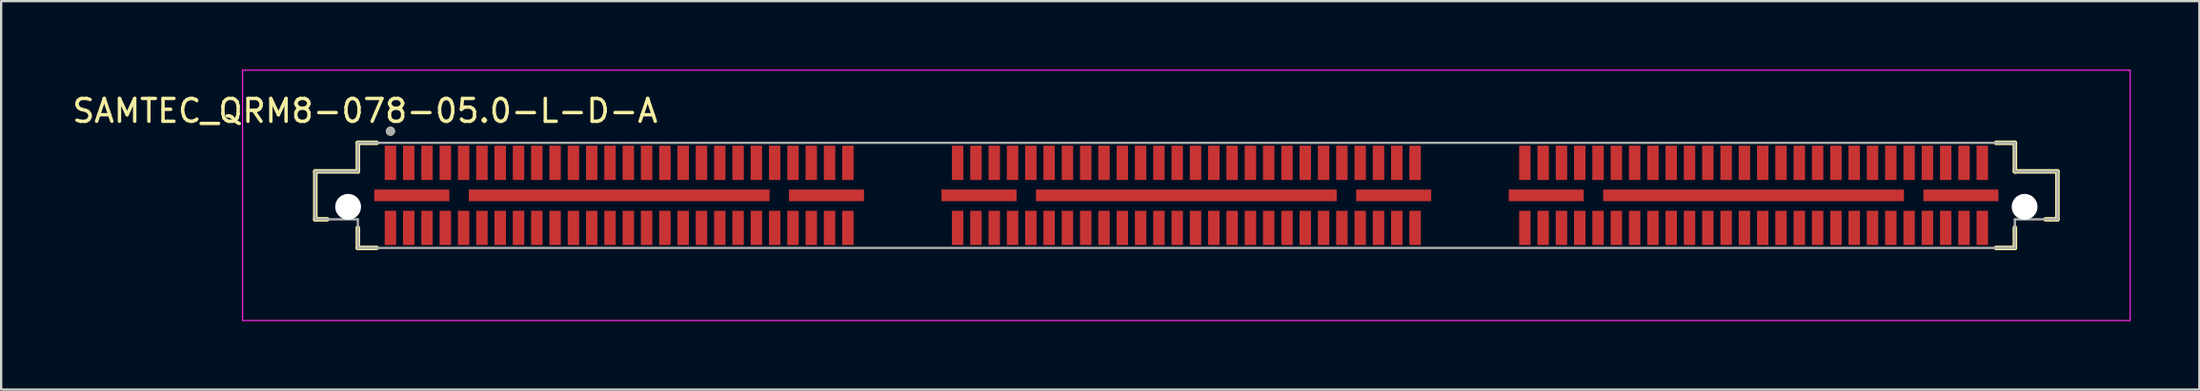
<source format=kicad_pcb>
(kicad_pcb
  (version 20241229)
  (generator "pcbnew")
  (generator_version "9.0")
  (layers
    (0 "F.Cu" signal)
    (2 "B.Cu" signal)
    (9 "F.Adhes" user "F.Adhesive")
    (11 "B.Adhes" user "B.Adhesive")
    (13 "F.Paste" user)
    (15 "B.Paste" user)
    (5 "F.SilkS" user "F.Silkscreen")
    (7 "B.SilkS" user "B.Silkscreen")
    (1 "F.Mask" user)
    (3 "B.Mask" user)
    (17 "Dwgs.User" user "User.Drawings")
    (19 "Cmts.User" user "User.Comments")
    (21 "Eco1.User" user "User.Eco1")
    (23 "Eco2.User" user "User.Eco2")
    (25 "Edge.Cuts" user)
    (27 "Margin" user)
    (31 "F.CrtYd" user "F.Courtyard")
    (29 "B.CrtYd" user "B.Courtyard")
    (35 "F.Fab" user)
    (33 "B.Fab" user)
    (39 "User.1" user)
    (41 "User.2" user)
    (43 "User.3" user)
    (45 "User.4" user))
  (footprint "SAMTEC_QRM8-078-05.0-L-D-A"
    (layer "F.Cu")
    (at 48.821 5.505)
    (property "Reference" "SAMTEC_QRM8-078-05.0-L-D-A" (at -35.91 -3.7 0) (layer "F.SilkS") (effects (font (size 1 1) (thickness 0.15))))
    (attr smd)
    (fp_line (start -38.085 -1.05) (end -36.225 -1.05) (stroke (width 0.2) (type solid)) (layer "F.SilkS"))
    (fp_line (start -38.085 1.05) (end -38.085 -1.05) (stroke (width 0.2) (type solid)) (layer "F.SilkS"))
    (fp_line (start -37.565 1.05) (end -38.085 1.05) (stroke (width 0.2) (type solid)) (layer "F.SilkS"))
    (fp_line (start -36.225 -2.3) (end -36.225 -1.05) (stroke (width 0.2) (type solid)) (layer "F.SilkS"))
    (fp_line (start -36.225 -2.3) (end -35.4 -2.3) (stroke (width 0.2) (type solid)) (layer "F.SilkS"))
    (fp_line (start -36.225 2.3) (end -36.225 1.415) (stroke (width 0.2) (type solid)) (layer "F.SilkS"))
    (fp_line (start -36.225 2.3) (end -35.4 2.3) (stroke (width 0.2) (type solid)) (layer "F.SilkS"))
    (fp_line (start 36.225 -2.3) (end 35.4 -2.3) (stroke (width 0.2) (type solid)) (layer "F.SilkS"))
    (fp_line (start 36.225 -2.3) (end 36.225 -1.05) (stroke (width 0.2) (type solid)) (layer "F.SilkS"))
    (fp_line (start 36.225 2.3) (end 35.4 2.3) (stroke (width 0.2) (type solid)) (layer "F.SilkS"))
    (fp_line (start 36.225 2.3) (end 36.225 1.415) (stroke (width 0.2) (type solid)) (layer "F.SilkS"))
    (fp_line (start 37.565 1.05) (end 38.085 1.05) (stroke (width 0.2) (type solid)) (layer "F.SilkS"))
    (fp_line (start 38.085 -1.05) (end 36.225 -1.05) (stroke (width 0.2) (type solid)) (layer "F.SilkS"))
    (fp_line (start 38.085 1.05) (end 38.085 -1.05) (stroke (width 0.2) (type solid)) (layer "F.SilkS"))
    (fp_circle (center -34.8 -2.81) (end -34.7 -2.81) (stroke (width 0.2) (type solid)) (fill no) (layer "F.SilkS"))
    (fp_line (start -41.265 -5.48) (end 41.265 -5.48) (stroke (width 0.05) (type solid)) (layer "F.CrtYd"))
    (fp_line (start -41.265 5.48) (end -41.265 -5.48) (stroke (width 0.05) (type solid)) (layer "F.CrtYd"))
    (fp_line (start 41.265 -5.48) (end 41.265 5.48) (stroke (width 0.05) (type solid)) (layer "F.CrtYd"))
    (fp_line (start 41.265 5.48) (end -41.265 5.48) (stroke (width 0.05) (type solid)) (layer "F.CrtYd"))
    (fp_line (start -38.085 -1.05) (end -36.225 -1.05) (stroke (width 0.1) (type solid)) (layer "F.Fab"))
    (fp_line (start -38.085 1.05) (end -38.085 -1.05) (stroke (width 0.1) (type solid)) (layer "F.Fab"))
    (fp_line (start -38.085 1.05) (end -36.225 1.05) (stroke (width 0.1) (type solid)) (layer "F.Fab"))
    (fp_line (start -36.225 -2.3) (end -36.225 -1.05) (stroke (width 0.1) (type solid)) (layer "F.Fab"))
    (fp_line (start -36.225 -2.3) (end 36.225 -2.3) (stroke (width 0.1) (type solid)) (layer "F.Fab"))
    (fp_line (start -36.225 2.3) (end -36.225 1.05) (stroke (width 0.1) (type solid)) (layer "F.Fab"))
    (fp_line (start -36.225 2.3) (end 36.225 2.3) (stroke (width 0.1) (type solid)) (layer "F.Fab"))
    (fp_line (start 36.225 -2.3) (end 36.225 -1.05) (stroke (width 0.1) (type solid)) (layer "F.Fab"))
    (fp_line (start 36.225 2.3) (end 36.225 1.05) (stroke (width 0.1) (type solid)) (layer "F.Fab"))
    (fp_line (start 38.085 -1.05) (end 36.225 -1.05) (stroke (width 0.1) (type solid)) (layer "F.Fab"))
    (fp_line (start 38.085 1.05) (end 36.225 1.05) (stroke (width 0.1) (type solid)) (layer "F.Fab"))
    (fp_line (start 38.085 1.05) (end 38.085 -1.05) (stroke (width 0.1) (type solid)) (layer "F.Fab"))
    (fp_circle (center -34.8 -2.81) (end -34.7 -2.81) (stroke (width 0.2) (type solid)) (fill no) (layer "F.Fab"))
    (pad "" np_thru_hole circle (at -36.65 0.5) (size 1.13 1.13) (drill 1.13) (layers "*.Cu" "*.Mask"))
    (pad "" np_thru_hole circle (at 36.65 0.5) (size 1.13 1.13) (drill 1.13) (layers "*.Cu" "*.Mask"))
    (pad "01" smd rect (at -34.8 -1.425) (size 0.5 1.5) (layers "F.Cu" "F.Mask" "F.Paste"))
    (pad "02" smd rect (at -34.8 1.425) (size 0.5 1.5) (layers "F.Cu" "F.Mask" "F.Paste"))
    (pad "03" smd rect (at -34 -1.425) (size 0.5 1.5) (layers "F.Cu" "F.Mask" "F.Paste"))
    (pad "04" smd rect (at -34 1.425) (size 0.5 1.5) (layers "F.Cu" "F.Mask" "F.Paste"))
    (pad "05" smd rect (at -33.2 -1.425) (size 0.5 1.5) (layers "F.Cu" "F.Mask" "F.Paste"))
    (pad "06" smd rect (at -33.2 1.425) (size 0.5 1.5) (layers "F.Cu" "F.Mask" "F.Paste"))
    (pad "07" smd rect (at -32.4 -1.425) (size 0.5 1.5) (layers "F.Cu" "F.Mask" "F.Paste"))
    (pad "08" smd rect (at -32.4 1.425) (size 0.5 1.5) (layers "F.Cu" "F.Mask" "F.Paste"))
    (pad "09" smd rect (at -31.6 -1.425) (size 0.5 1.5) (layers "F.Cu" "F.Mask" "F.Paste"))
    (pad "10" smd rect (at -31.6 1.425) (size 0.5 1.5) (layers "F.Cu" "F.Mask" "F.Paste"))
    (pad "11" smd rect (at -30.8 -1.425) (size 0.5 1.5) (layers "F.Cu" "F.Mask" "F.Paste"))
    (pad "12" smd rect (at -30.8 1.425) (size 0.5 1.5) (layers "F.Cu" "F.Mask" "F.Paste"))
    (pad "13" smd rect (at -30 -1.425) (size 0.5 1.5) (layers "F.Cu" "F.Mask" "F.Paste"))
    (pad "14" smd rect (at -30 1.425) (size 0.5 1.5) (layers "F.Cu" "F.Mask" "F.Paste"))
    (pad "15" smd rect (at -29.2 -1.425) (size 0.5 1.5) (layers "F.Cu" "F.Mask" "F.Paste"))
    (pad "16" smd rect (at -29.2 1.425) (size 0.5 1.5) (layers "F.Cu" "F.Mask" "F.Paste"))
    (pad "17" smd rect (at -28.4 -1.425) (size 0.5 1.5) (layers "F.Cu" "F.Mask" "F.Paste"))
    (pad "18" smd rect (at -28.4 1.425) (size 0.5 1.5) (layers "F.Cu" "F.Mask" "F.Paste"))
    (pad "19" smd rect (at -27.6 -1.425) (size 0.5 1.5) (layers "F.Cu" "F.Mask" "F.Paste"))
    (pad "20" smd rect (at -27.6 1.425) (size 0.5 1.5) (layers "F.Cu" "F.Mask" "F.Paste"))
    (pad "21" smd rect (at -26.8 -1.425) (size 0.5 1.5) (layers "F.Cu" "F.Mask" "F.Paste"))
    (pad "22" smd rect (at -26.8 1.425) (size 0.5 1.5) (layers "F.Cu" "F.Mask" "F.Paste"))
    (pad "23" smd rect (at -26 -1.425) (size 0.5 1.5) (layers "F.Cu" "F.Mask" "F.Paste"))
    (pad "24" smd rect (at -26 1.425) (size 0.5 1.5) (layers "F.Cu" "F.Mask" "F.Paste"))
    (pad "25" smd rect (at -25.2 -1.425) (size 0.5 1.5) (layers "F.Cu" "F.Mask" "F.Paste"))
    (pad "26" smd rect (at -25.2 1.425) (size 0.5 1.5) (layers "F.Cu" "F.Mask" "F.Paste"))
    (pad "27" smd rect (at -24.4 -1.425) (size 0.5 1.5) (layers "F.Cu" "F.Mask" "F.Paste"))
    (pad "28" smd rect (at -24.4 1.425) (size 0.5 1.5) (layers "F.Cu" "F.Mask" "F.Paste"))
    (pad "29" smd rect (at -23.6 -1.425) (size 0.5 1.5) (layers "F.Cu" "F.Mask" "F.Paste"))
    (pad "30" smd rect (at -23.6 1.425) (size 0.5 1.5) (layers "F.Cu" "F.Mask" "F.Paste"))
    (pad "31" smd rect (at -22.8 -1.425) (size 0.5 1.5) (layers "F.Cu" "F.Mask" "F.Paste"))
    (pad "32" smd rect (at -22.8 1.425) (size 0.5 1.5) (layers "F.Cu" "F.Mask" "F.Paste"))
    (pad "33" smd rect (at -22 -1.425) (size 0.5 1.5) (layers "F.Cu" "F.Mask" "F.Paste"))
    (pad "34" smd rect (at -22 1.425) (size 0.5 1.5) (layers "F.Cu" "F.Mask" "F.Paste"))
    (pad "35" smd rect (at -21.2 -1.425) (size 0.5 1.5) (layers "F.Cu" "F.Mask" "F.Paste"))
    (pad "36" smd rect (at -21.2 1.425) (size 0.5 1.5) (layers "F.Cu" "F.Mask" "F.Paste"))
    (pad "37" smd rect (at -20.4 -1.425) (size 0.5 1.5) (layers "F.Cu" "F.Mask" "F.Paste"))
    (pad "38" smd rect (at -20.4 1.425) (size 0.5 1.5) (layers "F.Cu" "F.Mask" "F.Paste"))
    (pad "39" smd rect (at -19.6 -1.425) (size 0.5 1.5) (layers "F.Cu" "F.Mask" "F.Paste"))
    (pad "40" smd rect (at -19.6 1.425) (size 0.5 1.5) (layers "F.Cu" "F.Mask" "F.Paste"))
    (pad "41" smd rect (at -18.8 -1.425) (size 0.5 1.5) (layers "F.Cu" "F.Mask" "F.Paste"))
    (pad "42" smd rect (at -18.8 1.425) (size 0.5 1.5) (layers "F.Cu" "F.Mask" "F.Paste"))
    (pad "43" smd rect (at -18 -1.425) (size 0.5 1.5) (layers "F.Cu" "F.Mask" "F.Paste"))
    (pad "44" smd rect (at -18 1.425) (size 0.5 1.5) (layers "F.Cu" "F.Mask" "F.Paste"))
    (pad "45" smd rect (at -17.2 -1.425) (size 0.5 1.5) (layers "F.Cu" "F.Mask" "F.Paste"))
    (pad "46" smd rect (at -17.2 1.425) (size 0.5 1.5) (layers "F.Cu" "F.Mask" "F.Paste"))
    (pad "47" smd rect (at -16.4 -1.425) (size 0.5 1.5) (layers "F.Cu" "F.Mask" "F.Paste"))
    (pad "48" smd rect (at -16.4 1.425) (size 0.5 1.5) (layers "F.Cu" "F.Mask" "F.Paste"))
    (pad "49" smd rect (at -15.6 -1.425) (size 0.5 1.5) (layers "F.Cu" "F.Mask" "F.Paste"))
    (pad "50" smd rect (at -15.6 1.425) (size 0.5 1.5) (layers "F.Cu" "F.Mask" "F.Paste"))
    (pad "51" smd rect (at -14.8 -1.425) (size 0.5 1.5) (layers "F.Cu" "F.Mask" "F.Paste"))
    (pad "52" smd rect (at -14.8 1.425) (size 0.5 1.5) (layers "F.Cu" "F.Mask" "F.Paste"))
    (pad "53" smd rect (at -10 -1.425) (size 0.5 1.5) (layers "F.Cu" "F.Mask" "F.Paste"))
    (pad "54" smd rect (at -10 1.425) (size 0.5 1.5) (layers "F.Cu" "F.Mask" "F.Paste"))
    (pad "55" smd rect (at -9.2 -1.425) (size 0.5 1.5) (layers "F.Cu" "F.Mask" "F.Paste"))
    (pad "56" smd rect (at -9.2 1.425) (size 0.5 1.5) (layers "F.Cu" "F.Mask" "F.Paste"))
    (pad "57" smd rect (at -8.4 -1.425) (size 0.5 1.5) (layers "F.Cu" "F.Mask" "F.Paste"))
    (pad "58" smd rect (at -8.4 1.425) (size 0.5 1.5) (layers "F.Cu" "F.Mask" "F.Paste"))
    (pad "59" smd rect (at -7.6 -1.425) (size 0.5 1.5) (layers "F.Cu" "F.Mask" "F.Paste"))
    (pad "60" smd rect (at -7.6 1.425) (size 0.5 1.5) (layers "F.Cu" "F.Mask" "F.Paste"))
    (pad "61" smd rect (at -6.8 -1.425) (size 0.5 1.5) (layers "F.Cu" "F.Mask" "F.Paste"))
    (pad "62" smd rect (at -6.8 1.425) (size 0.5 1.5) (layers "F.Cu" "F.Mask" "F.Paste"))
    (pad "63" smd rect (at -6 -1.425) (size 0.5 1.5) (layers "F.Cu" "F.Mask" "F.Paste"))
    (pad "64" smd rect (at -6 1.425) (size 0.5 1.5) (layers "F.Cu" "F.Mask" "F.Paste"))
    (pad "65" smd rect (at -5.2 -1.425) (size 0.5 1.5) (layers "F.Cu" "F.Mask" "F.Paste"))
    (pad "66" smd rect (at -5.2 1.425) (size 0.5 1.5) (layers "F.Cu" "F.Mask" "F.Paste"))
    (pad "67" smd rect (at -4.4 -1.425) (size 0.5 1.5) (layers "F.Cu" "F.Mask" "F.Paste"))
    (pad "68" smd rect (at -4.4 1.425) (size 0.5 1.5) (layers "F.Cu" "F.Mask" "F.Paste"))
    (pad "69" smd rect (at -3.6 -1.425) (size 0.5 1.5) (layers "F.Cu" "F.Mask" "F.Paste"))
    (pad "70" smd rect (at -3.6 1.425) (size 0.5 1.5) (layers "F.Cu" "F.Mask" "F.Paste"))
    (pad "71" smd rect (at -2.8 -1.425) (size 0.5 1.5) (layers "F.Cu" "F.Mask" "F.Paste"))
    (pad "72" smd rect (at -2.8 1.425) (size 0.5 1.5) (layers "F.Cu" "F.Mask" "F.Paste"))
    (pad "73" smd rect (at -2 -1.425) (size 0.5 1.5) (layers "F.Cu" "F.Mask" "F.Paste"))
    (pad "74" smd rect (at -2 1.425) (size 0.5 1.5) (layers "F.Cu" "F.Mask" "F.Paste"))
    (pad "75" smd rect (at -1.2 -1.425) (size 0.5 1.5) (layers "F.Cu" "F.Mask" "F.Paste"))
    (pad "76" smd rect (at -1.2 1.425) (size 0.5 1.5) (layers "F.Cu" "F.Mask" "F.Paste"))
    (pad "77" smd rect (at -0.4 -1.425) (size 0.5 1.5) (layers "F.Cu" "F.Mask" "F.Paste"))
    (pad "78" smd rect (at -0.4 1.425) (size 0.5 1.5) (layers "F.Cu" "F.Mask" "F.Paste"))
    (pad "79" smd rect (at 0.4 -1.425) (size 0.5 1.5) (layers "F.Cu" "F.Mask" "F.Paste"))
    (pad "80" smd rect (at 0.4 1.425) (size 0.5 1.5) (layers "F.Cu" "F.Mask" "F.Paste"))
    (pad "81" smd rect (at 1.2 -1.425) (size 0.5 1.5) (layers "F.Cu" "F.Mask" "F.Paste"))
    (pad "82" smd rect (at 1.2 1.425) (size 0.5 1.5) (layers "F.Cu" "F.Mask" "F.Paste"))
    (pad "83" smd rect (at 2 -1.425) (size 0.5 1.5) (layers "F.Cu" "F.Mask" "F.Paste"))
    (pad "84" smd rect (at 2 1.425) (size 0.5 1.5) (layers "F.Cu" "F.Mask" "F.Paste"))
    (pad "85" smd rect (at 2.8 -1.425) (size 0.5 1.5) (layers "F.Cu" "F.Mask" "F.Paste"))
    (pad "86" smd rect (at 2.8 1.425) (size 0.5 1.5) (layers "F.Cu" "F.Mask" "F.Paste"))
    (pad "87" smd rect (at 3.6 -1.425) (size 0.5 1.5) (layers "F.Cu" "F.Mask" "F.Paste"))
    (pad "88" smd rect (at 3.6 1.425) (size 0.5 1.5) (layers "F.Cu" "F.Mask" "F.Paste"))
    (pad "89" smd rect (at 4.4 -1.425) (size 0.5 1.5) (layers "F.Cu" "F.Mask" "F.Paste"))
    (pad "90" smd rect (at 4.4 1.425) (size 0.5 1.5) (layers "F.Cu" "F.Mask" "F.Paste"))
    (pad "91" smd rect (at 5.2 -1.425) (size 0.5 1.5) (layers "F.Cu" "F.Mask" "F.Paste"))
    (pad "92" smd rect (at 5.2 1.425) (size 0.5 1.5) (layers "F.Cu" "F.Mask" "F.Paste"))
    (pad "93" smd rect (at 6 -1.425) (size 0.5 1.5) (layers "F.Cu" "F.Mask" "F.Paste"))
    (pad "94" smd rect (at 6 1.425) (size 0.5 1.5) (layers "F.Cu" "F.Mask" "F.Paste"))
    (pad "95" smd rect (at 6.8 -1.425) (size 0.5 1.5) (layers "F.Cu" "F.Mask" "F.Paste"))
    (pad "96" smd rect (at 6.8 1.425) (size 0.5 1.5) (layers "F.Cu" "F.Mask" "F.Paste"))
    (pad "97" smd rect (at 7.6 -1.425) (size 0.5 1.5) (layers "F.Cu" "F.Mask" "F.Paste"))
    (pad "98" smd rect (at 7.6 1.425) (size 0.5 1.5) (layers "F.Cu" "F.Mask" "F.Paste"))
    (pad "99" smd rect (at 8.4 -1.425) (size 0.5 1.5) (layers "F.Cu" "F.Mask" "F.Paste"))
    (pad "100" smd rect (at 8.4 1.425) (size 0.5 1.5) (layers "F.Cu" "F.Mask" "F.Paste"))
    (pad "101" smd rect (at 9.2 -1.425) (size 0.5 1.5) (layers "F.Cu" "F.Mask" "F.Paste"))
    (pad "102" smd rect (at 9.2 1.425) (size 0.5 1.5) (layers "F.Cu" "F.Mask" "F.Paste"))
    (pad "103" smd rect (at 10 -1.425) (size 0.5 1.5) (layers "F.Cu" "F.Mask" "F.Paste"))
    (pad "104" smd rect (at 10 1.425) (size 0.5 1.5) (layers "F.Cu" "F.Mask" "F.Paste"))
    (pad "105" smd rect (at 14.8 -1.425) (size 0.5 1.5) (layers "F.Cu" "F.Mask" "F.Paste"))
    (pad "106" smd rect (at 14.8 1.425) (size 0.5 1.5) (layers "F.Cu" "F.Mask" "F.Paste"))
    (pad "107" smd rect (at 15.6 -1.425) (size 0.5 1.5) (layers "F.Cu" "F.Mask" "F.Paste"))
    (pad "108" smd rect (at 15.6 1.425) (size 0.5 1.5) (layers "F.Cu" "F.Mask" "F.Paste"))
    (pad "109" smd rect (at 16.4 -1.425) (size 0.5 1.5) (layers "F.Cu" "F.Mask" "F.Paste"))
    (pad "110" smd rect (at 16.4 1.425) (size 0.5 1.5) (layers "F.Cu" "F.Mask" "F.Paste"))
    (pad "111" smd rect (at 17.2 -1.425) (size 0.5 1.5) (layers "F.Cu" "F.Mask" "F.Paste"))
    (pad "112" smd rect (at 17.2 1.425) (size 0.5 1.5) (layers "F.Cu" "F.Mask" "F.Paste"))
    (pad "113" smd rect (at 18 -1.425) (size 0.5 1.5) (layers "F.Cu" "F.Mask" "F.Paste"))
    (pad "114" smd rect (at 18 1.425) (size 0.5 1.5) (layers "F.Cu" "F.Mask" "F.Paste"))
    (pad "115" smd rect (at 18.8 -1.425) (size 0.5 1.5) (layers "F.Cu" "F.Mask" "F.Paste"))
    (pad "116" smd rect (at 18.8 1.425) (size 0.5 1.5) (layers "F.Cu" "F.Mask" "F.Paste"))
    (pad "117" smd rect (at 19.6 -1.425) (size 0.5 1.5) (layers "F.Cu" "F.Mask" "F.Paste"))
    (pad "118" smd rect (at 19.6 1.425) (size 0.5 1.5) (layers "F.Cu" "F.Mask" "F.Paste"))
    (pad "119" smd rect (at 20.4 -1.425) (size 0.5 1.5) (layers "F.Cu" "F.Mask" "F.Paste"))
    (pad "120" smd rect (at 20.4 1.425) (size 0.5 1.5) (layers "F.Cu" "F.Mask" "F.Paste"))
    (pad "121" smd rect (at 21.2 -1.425) (size 0.5 1.5) (layers "F.Cu" "F.Mask" "F.Paste"))
    (pad "122" smd rect (at 21.2 1.425) (size 0.5 1.5) (layers "F.Cu" "F.Mask" "F.Paste"))
    (pad "123" smd rect (at 22 -1.425) (size 0.5 1.5) (layers "F.Cu" "F.Mask" "F.Paste"))
    (pad "124" smd rect (at 22 1.425) (size 0.5 1.5) (layers "F.Cu" "F.Mask" "F.Paste"))
    (pad "125" smd rect (at 22.8 -1.425) (size 0.5 1.5) (layers "F.Cu" "F.Mask" "F.Paste"))
    (pad "126" smd rect (at 22.8 1.425) (size 0.5 1.5) (layers "F.Cu" "F.Mask" "F.Paste"))
    (pad "127" smd rect (at 23.6 -1.425) (size 0.5 1.5) (layers "F.Cu" "F.Mask" "F.Paste"))
    (pad "128" smd rect (at 23.6 1.425) (size 0.5 1.5) (layers "F.Cu" "F.Mask" "F.Paste"))
    (pad "129" smd rect (at 24.4 -1.425) (size 0.5 1.5) (layers "F.Cu" "F.Mask" "F.Paste"))
    (pad "130" smd rect (at 24.4 1.425) (size 0.5 1.5) (layers "F.Cu" "F.Mask" "F.Paste"))
    (pad "131" smd rect (at 25.2 -1.425) (size 0.5 1.5) (layers "F.Cu" "F.Mask" "F.Paste"))
    (pad "132" smd rect (at 25.2 1.425) (size 0.5 1.5) (layers "F.Cu" "F.Mask" "F.Paste"))
    (pad "133" smd rect (at 26 -1.425) (size 0.5 1.5) (layers "F.Cu" "F.Mask" "F.Paste"))
    (pad "134" smd rect (at 26 1.425) (size 0.5 1.5) (layers "F.Cu" "F.Mask" "F.Paste"))
    (pad "135" smd rect (at 26.8 -1.425) (size 0.5 1.5) (layers "F.Cu" "F.Mask" "F.Paste"))
    (pad "136" smd rect (at 26.8 1.425) (size 0.5 1.5) (layers "F.Cu" "F.Mask" "F.Paste"))
    (pad "137" smd rect (at 27.6 -1.425) (size 0.5 1.5) (layers "F.Cu" "F.Mask" "F.Paste"))
    (pad "138" smd rect (at 27.6 1.425) (size 0.5 1.5) (layers "F.Cu" "F.Mask" "F.Paste"))
    (pad "139" smd rect (at 28.4 -1.425) (size 0.5 1.5) (layers "F.Cu" "F.Mask" "F.Paste"))
    (pad "140" smd rect (at 28.4 1.425) (size 0.5 1.5) (layers "F.Cu" "F.Mask" "F.Paste"))
    (pad "141" smd rect (at 29.2 -1.425) (size 0.5 1.5) (layers "F.Cu" "F.Mask" "F.Paste"))
    (pad "142" smd rect (at 29.2 1.425) (size 0.5 1.5) (layers "F.Cu" "F.Mask" "F.Paste"))
    (pad "143" smd rect (at 30 -1.425) (size 0.5 1.5) (layers "F.Cu" "F.Mask" "F.Paste"))
    (pad "144" smd rect (at 30 1.425) (size 0.5 1.5) (layers "F.Cu" "F.Mask" "F.Paste"))
    (pad "145" smd rect (at 30.8 -1.425) (size 0.5 1.5) (layers "F.Cu" "F.Mask" "F.Paste"))
    (pad "146" smd rect (at 30.8 1.425) (size 0.5 1.5) (layers "F.Cu" "F.Mask" "F.Paste"))
    (pad "147" smd rect (at 31.6 -1.425) (size 0.5 1.5) (layers "F.Cu" "F.Mask" "F.Paste"))
    (pad "148" smd rect (at 31.6 1.425) (size 0.5 1.5) (layers "F.Cu" "F.Mask" "F.Paste"))
    (pad "149" smd rect (at 32.4 -1.425) (size 0.5 1.5) (layers "F.Cu" "F.Mask" "F.Paste"))
    (pad "150" smd rect (at 32.4 1.425) (size 0.5 1.5) (layers "F.Cu" "F.Mask" "F.Paste"))
    (pad "151" smd rect (at 33.2 -1.425) (size 0.5 1.5) (layers "F.Cu" "F.Mask" "F.Paste"))
    (pad "152" smd rect (at 33.2 1.425) (size 0.5 1.5) (layers "F.Cu" "F.Mask" "F.Paste"))
    (pad "153" smd rect (at 34 -1.425) (size 0.5 1.5) (layers "F.Cu" "F.Mask" "F.Paste"))
    (pad "154" smd rect (at 34 1.425) (size 0.5 1.5) (layers "F.Cu" "F.Mask" "F.Paste"))
    (pad "155" smd rect (at 34.8 -1.425) (size 0.5 1.5) (layers "F.Cu" "F.Mask" "F.Paste"))
    (pad "156" smd rect (at 34.8 1.425) (size 0.5 1.5) (layers "F.Cu" "F.Mask" "F.Paste"))
    (pad "G1" smd rect (at -33.865 0) (size 3.28 0.51) (layers "F.Cu" "F.Mask" "F.Paste"))
    (pad "G2" smd rect (at -24.8 0) (size 13.15 0.51) (layers "F.Cu" "F.Mask" "F.Paste"))
    (pad "G3" smd rect (at -15.735 0) (size 3.28 0.51) (layers "F.Cu" "F.Mask" "F.Paste"))
    (pad "G4" smd rect (at -9.065 0) (size 3.28 0.51) (layers "F.Cu" "F.Mask" "F.Paste"))
    (pad "G5" smd rect (at 0 0) (size 13.15 0.51) (layers "F.Cu" "F.Mask" "F.Paste"))
    (pad "G6" smd rect (at 9.065 0) (size 3.28 0.51) (layers "F.Cu" "F.Mask" "F.Paste"))
    (pad "G7" smd rect (at 15.735 0) (size 3.28 0.51) (layers "F.Cu" "F.Mask" "F.Paste"))
    (pad "G8" smd rect (at 24.8 0) (size 13.15 0.51) (layers "F.Cu" "F.Mask" "F.Paste"))
    (pad "G9" smd rect (at 33.865 0) (size 3.28 0.51) (layers "F.Cu" "F.Mask" "F.Paste")))
  (gr_rect
    (start -3 -3)
    (end 93.111 14.01)
    (stroke (width 0.1) (type default))
    (fill no)
    (layer "Edge.Cuts")))
</source>
